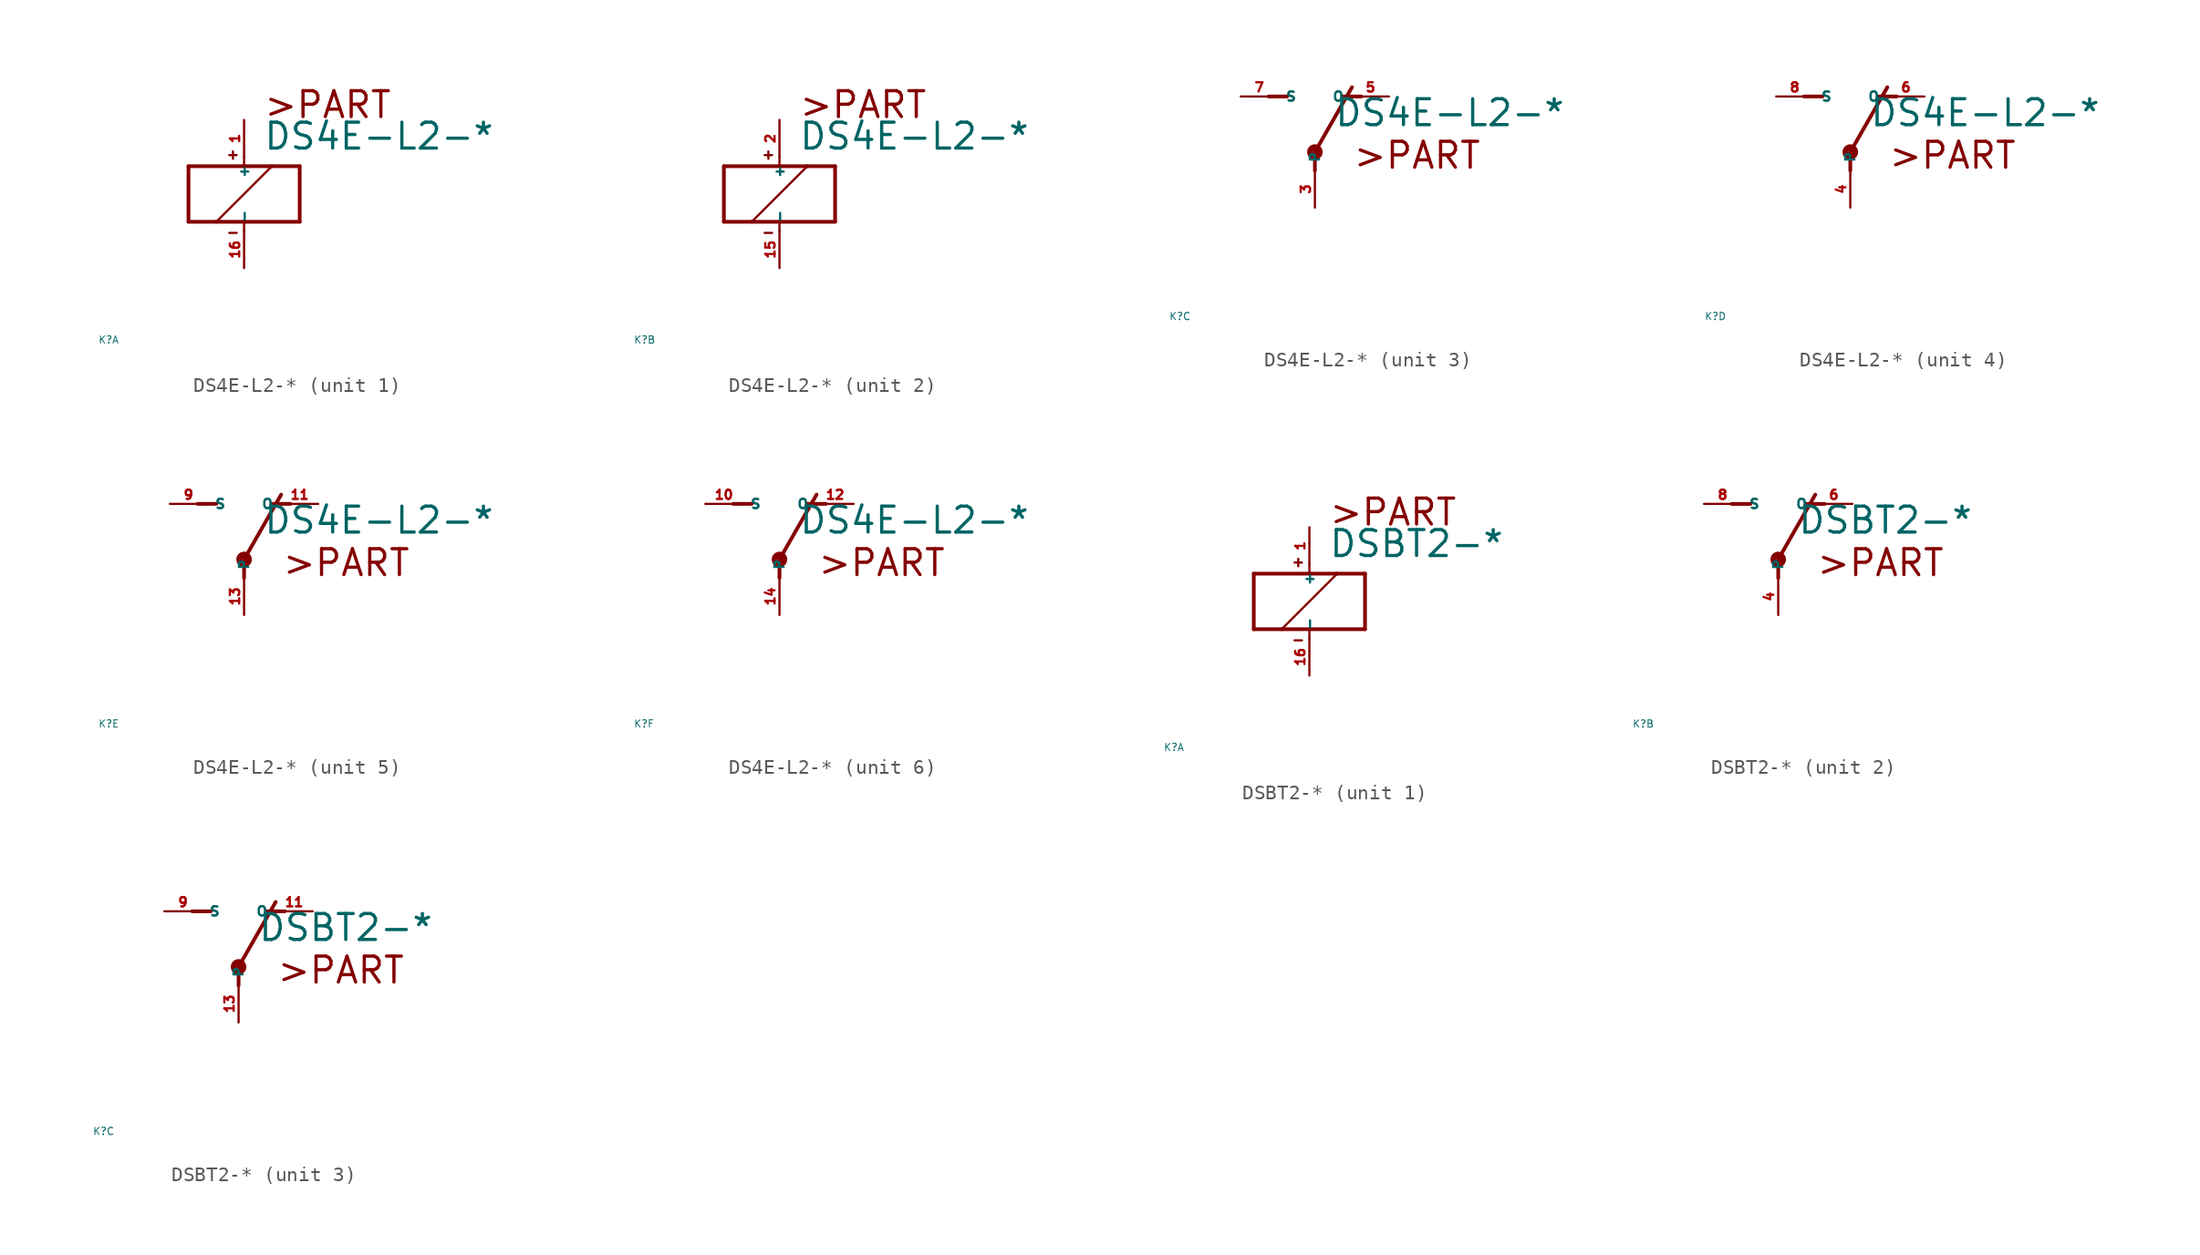
<source format=kicad_sym>
(kicad_symbol_lib
  (version 20220914)
  (generator Eagle2Kicad)
  (symbol "DS4E-L2-*"
    (property "Reference" "K"
      (at -10 -10 0)
      (effects (font (size 0.5 0.5) (thickness 0.06)) (justify left)))
    (property "Value" "DS4E-L2-*"
      (at 1.27 2.921 0)
      (effects (font (size 1.778 1.778) (thickness 0.22)) (justify left bottom)))
    (symbol "DS4E-L2-*_1_0"
      (polyline (pts (xy -3.81 -1.905) (xy -1.905 -1.905)) (stroke (width 0.254) (type default)) (fill (type none)))
      (polyline (pts (xy 3.81 -1.905) (xy 3.81 1.905)) (stroke (width 0.254) (type default)) (fill (type none)))
      (polyline (pts (xy 3.81 1.905) (xy 1.905 1.905)) (stroke (width 0.254) (type default)) (fill (type none)))
      (polyline (pts (xy -3.81 1.905) (xy -3.81 -1.905)) (stroke (width 0.254) (type default)) (fill (type none)))
      (polyline (pts (xy 0 -2.54) (xy 0 -1.905)) (stroke (width 0.152) (type default)) (fill (type none)))
      (polyline (pts (xy 0 -1.905) (xy 3.81 -1.905)) (stroke (width 0.254) (type default)) (fill (type none)))
      (polyline (pts (xy 0 2.54) (xy 0 1.905)) (stroke (width 0.152) (type default)) (fill (type none)))
      (polyline (pts (xy 0 1.905) (xy -3.81 1.905)) (stroke (width 0.254) (type default)) (fill (type none)))
      (polyline (pts (xy -1.905 -1.905) (xy 1.905 1.905)) (stroke (width 0.152) (type default)) (fill (type none)))
      (polyline (pts (xy -1.905 -1.905) (xy 0 -1.905)) (stroke (width 0.254) (type default)) (fill (type none)))
      (polyline (pts (xy 1.905 1.905) (xy 0 1.905)) (stroke (width 0.254) (type default)) (fill (type none)))
      (polyline (pts (xy -1.016 2.667) (xy -0.508 2.667)) (stroke (width 0.152) (type default)) (fill (type none)))
      (polyline (pts (xy -0.762 2.921) (xy -0.762 2.413)) (stroke (width 0.152) (type default)) (fill (type none)))
      (polyline (pts (xy -1.016 -2.667) (xy -0.508 -2.667)) (stroke (width 0.152) (type default)) (fill (type none)))
      (text ">PART" (at 1.27 5.08 0) (effects (font (size 1.778 1.778) (thickness 0.22)) (justify left bottom)))
      (pin passive line (at 0 -5.08 90) (length 2.54) (name "-" (effects (font (size 0.635 0.635) (thickness 0.08)) (justify left bottom))) (number "16" (effects (font (size 0.635 0.635) (thickness 0.08)) (justify left bottom))))
      (pin passive line (at 0 5.08 270) (length 2.54) (name "+" (effects (font (size 0.635 0.635) (thickness 0.08)) (justify left bottom))) (number "1" (effects (font (size 0.635 0.635) (thickness 0.08)) (justify left bottom)))))
    (symbol "DS4E-L2-*_2_0"
      (polyline (pts (xy -3.81 -1.905) (xy -1.905 -1.905)) (stroke (width 0.254) (type default)) (fill (type none)))
      (polyline (pts (xy 3.81 -1.905) (xy 3.81 1.905)) (stroke (width 0.254) (type default)) (fill (type none)))
      (polyline (pts (xy 3.81 1.905) (xy 1.905 1.905)) (stroke (width 0.254) (type default)) (fill (type none)))
      (polyline (pts (xy -3.81 1.905) (xy -3.81 -1.905)) (stroke (width 0.254) (type default)) (fill (type none)))
      (polyline (pts (xy 0 -2.54) (xy 0 -1.905)) (stroke (width 0.152) (type default)) (fill (type none)))
      (polyline (pts (xy 0 -1.905) (xy 3.81 -1.905)) (stroke (width 0.254) (type default)) (fill (type none)))
      (polyline (pts (xy 0 2.54) (xy 0 1.905)) (stroke (width 0.152) (type default)) (fill (type none)))
      (polyline (pts (xy 0 1.905) (xy -3.81 1.905)) (stroke (width 0.254) (type default)) (fill (type none)))
      (polyline (pts (xy -1.905 -1.905) (xy 1.905 1.905)) (stroke (width 0.152) (type default)) (fill (type none)))
      (polyline (pts (xy -1.905 -1.905) (xy 0 -1.905)) (stroke (width 0.254) (type default)) (fill (type none)))
      (polyline (pts (xy 1.905 1.905) (xy 0 1.905)) (stroke (width 0.254) (type default)) (fill (type none)))
      (polyline (pts (xy -1.016 2.667) (xy -0.508 2.667)) (stroke (width 0.152) (type default)) (fill (type none)))
      (polyline (pts (xy -0.762 2.921) (xy -0.762 2.413)) (stroke (width 0.152) (type default)) (fill (type none)))
      (polyline (pts (xy -1.016 -2.667) (xy -0.508 -2.667)) (stroke (width 0.152) (type default)) (fill (type none)))
      (text ">PART" (at 1.27 5.08 0) (effects (font (size 1.778 1.778) (thickness 0.22)) (justify left bottom)))
      (pin passive line (at 0 -5.08 90) (length 2.54) (name "-" (effects (font (size 0.635 0.635) (thickness 0.08)) (justify left bottom))) (number "15" (effects (font (size 0.635 0.635) (thickness 0.08)) (justify left bottom))))
      (pin passive line (at 0 5.08 270) (length 2.54) (name "+" (effects (font (size 0.635 0.635) (thickness 0.08)) (justify left bottom))) (number "2" (effects (font (size 0.635 0.635) (thickness 0.08)) (justify left bottom)))))
    (symbol "DS4E-L2-*_3_0"
      (polyline (pts (xy 3.175 5.08) (xy 1.905 5.08)) (stroke (width 0.254) (type default)) (fill (type none)))
      (polyline (pts (xy -3.175 5.08) (xy -1.905 5.08)) (stroke (width 0.254) (type default)) (fill (type none)))
      (polyline (pts (xy 0 1.27) (xy 2.54 5.715)) (stroke (width 0.254) (type default)) (fill (type none)))
      (polyline (pts (xy 0 1.27) (xy 0 0)) (stroke (width 0.254) (type default)) (fill (type none)))
      (text ">PART" (at 2.54 0 0) (effects (font (size 1.778 1.778) (thickness 0.22)) (justify left bottom)))
      (circle (center 0 1.27) (radius 0.127) (stroke (width 0.406) (type default)) (fill (type none)))
      (pin passive line (at 5.08 5.08 180) (length 2.54) (name "O" (effects (font (size 0.635 0.635) (thickness 0.08)) (justify left bottom))) (number "5" (effects (font (size 0.635 0.635) (thickness 0.08)) (justify left bottom))))
      (pin passive line (at -5.08 5.08 0) (length 2.54) (name "S" (effects (font (size 0.635 0.635) (thickness 0.08)) (justify left bottom))) (number "7" (effects (font (size 0.635 0.635) (thickness 0.08)) (justify left bottom))))
      (pin passive line (at 0 -2.54 90) (length 2.54) (name "P" (effects (font (size 0.635 0.635) (thickness 0.08)) (justify left bottom))) (number "3" (effects (font (size 0.635 0.635) (thickness 0.08)) (justify left bottom)))))
    (symbol "DS4E-L2-*_4_0"
      (polyline (pts (xy 3.175 5.08) (xy 1.905 5.08)) (stroke (width 0.254) (type default)) (fill (type none)))
      (polyline (pts (xy -3.175 5.08) (xy -1.905 5.08)) (stroke (width 0.254) (type default)) (fill (type none)))
      (polyline (pts (xy 0 1.27) (xy 2.54 5.715)) (stroke (width 0.254) (type default)) (fill (type none)))
      (polyline (pts (xy 0 1.27) (xy 0 0)) (stroke (width 0.254) (type default)) (fill (type none)))
      (text ">PART" (at 2.54 0 0) (effects (font (size 1.778 1.778) (thickness 0.22)) (justify left bottom)))
      (circle (center 0 1.27) (radius 0.127) (stroke (width 0.406) (type default)) (fill (type none)))
      (pin passive line (at 5.08 5.08 180) (length 2.54) (name "O" (effects (font (size 0.635 0.635) (thickness 0.08)) (justify left bottom))) (number "6" (effects (font (size 0.635 0.635) (thickness 0.08)) (justify left bottom))))
      (pin passive line (at -5.08 5.08 0) (length 2.54) (name "S" (effects (font (size 0.635 0.635) (thickness 0.08)) (justify left bottom))) (number "8" (effects (font (size 0.635 0.635) (thickness 0.08)) (justify left bottom))))
      (pin passive line (at 0 -2.54 90) (length 2.54) (name "P" (effects (font (size 0.635 0.635) (thickness 0.08)) (justify left bottom))) (number "4" (effects (font (size 0.635 0.635) (thickness 0.08)) (justify left bottom)))))
    (symbol "DS4E-L2-*_5_0"
      (polyline (pts (xy 3.175 5.08) (xy 1.905 5.08)) (stroke (width 0.254) (type default)) (fill (type none)))
      (polyline (pts (xy -3.175 5.08) (xy -1.905 5.08)) (stroke (width 0.254) (type default)) (fill (type none)))
      (polyline (pts (xy 0 1.27) (xy 2.54 5.715)) (stroke (width 0.254) (type default)) (fill (type none)))
      (polyline (pts (xy 0 1.27) (xy 0 0)) (stroke (width 0.254) (type default)) (fill (type none)))
      (text ">PART" (at 2.54 0 0) (effects (font (size 1.778 1.778) (thickness 0.22)) (justify left bottom)))
      (circle (center 0 1.27) (radius 0.127) (stroke (width 0.406) (type default)) (fill (type none)))
      (pin passive line (at 5.08 5.08 180) (length 2.54) (name "O" (effects (font (size 0.635 0.635) (thickness 0.08)) (justify left bottom))) (number "11" (effects (font (size 0.635 0.635) (thickness 0.08)) (justify left bottom))))
      (pin passive line (at -5.08 5.08 0) (length 2.54) (name "S" (effects (font (size 0.635 0.635) (thickness 0.08)) (justify left bottom))) (number "9" (effects (font (size 0.635 0.635) (thickness 0.08)) (justify left bottom))))
      (pin passive line (at 0 -2.54 90) (length 2.54) (name "P" (effects (font (size 0.635 0.635) (thickness 0.08)) (justify left bottom))) (number "13" (effects (font (size 0.635 0.635) (thickness 0.08)) (justify left bottom)))))
    (symbol "DS4E-L2-*_6_0"
      (polyline (pts (xy 3.175 5.08) (xy 1.905 5.08)) (stroke (width 0.254) (type default)) (fill (type none)))
      (polyline (pts (xy -3.175 5.08) (xy -1.905 5.08)) (stroke (width 0.254) (type default)) (fill (type none)))
      (polyline (pts (xy 0 1.27) (xy 2.54 5.715)) (stroke (width 0.254) (type default)) (fill (type none)))
      (polyline (pts (xy 0 1.27) (xy 0 0)) (stroke (width 0.254) (type default)) (fill (type none)))
      (text ">PART" (at 2.54 0 0) (effects (font (size 1.778 1.778) (thickness 0.22)) (justify left bottom)))
      (circle (center 0 1.27) (radius 0.127) (stroke (width 0.406) (type default)) (fill (type none)))
      (pin passive line (at 5.08 5.08 180) (length 2.54) (name "O" (effects (font (size 0.635 0.635) (thickness 0.08)) (justify left bottom))) (number "12" (effects (font (size 0.635 0.635) (thickness 0.08)) (justify left bottom))))
      (pin passive line (at -5.08 5.08 0) (length 2.54) (name "S" (effects (font (size 0.635 0.635) (thickness 0.08)) (justify left bottom))) (number "10" (effects (font (size 0.635 0.635) (thickness 0.08)) (justify left bottom))))
      (pin passive line (at 0 -2.54 90) (length 2.54) (name "P" (effects (font (size 0.635 0.635) (thickness 0.08)) (justify left bottom))) (number "14" (effects (font (size 0.635 0.635) (thickness 0.08)) (justify left bottom))))))
  (symbol "DSBT2-*"
    (property "Reference" "K"
      (at -10 -10 0)
      (effects (font (size 0.5 0.5) (thickness 0.06)) (justify left)))
    (property "Value" "DSBT2-*"
      (at 1.27 2.921 0)
      (effects (font (size 1.778 1.778) (thickness 0.22)) (justify left bottom)))
    (symbol "DSBT2-*_1_0"
      (polyline (pts (xy -3.81 -1.905) (xy -1.905 -1.905)) (stroke (width 0.254) (type default)) (fill (type none)))
      (polyline (pts (xy 3.81 -1.905) (xy 3.81 1.905)) (stroke (width 0.254) (type default)) (fill (type none)))
      (polyline (pts (xy 3.81 1.905) (xy 1.905 1.905)) (stroke (width 0.254) (type default)) (fill (type none)))
      (polyline (pts (xy -3.81 1.905) (xy -3.81 -1.905)) (stroke (width 0.254) (type default)) (fill (type none)))
      (polyline (pts (xy 0 -2.54) (xy 0 -1.905)) (stroke (width 0.152) (type default)) (fill (type none)))
      (polyline (pts (xy 0 -1.905) (xy 3.81 -1.905)) (stroke (width 0.254) (type default)) (fill (type none)))
      (polyline (pts (xy 0 2.54) (xy 0 1.905)) (stroke (width 0.152) (type default)) (fill (type none)))
      (polyline (pts (xy 0 1.905) (xy -3.81 1.905)) (stroke (width 0.254) (type default)) (fill (type none)))
      (polyline (pts (xy -1.905 -1.905) (xy 1.905 1.905)) (stroke (width 0.152) (type default)) (fill (type none)))
      (polyline (pts (xy -1.905 -1.905) (xy 0 -1.905)) (stroke (width 0.254) (type default)) (fill (type none)))
      (polyline (pts (xy 1.905 1.905) (xy 0 1.905)) (stroke (width 0.254) (type default)) (fill (type none)))
      (polyline (pts (xy -1.016 2.667) (xy -0.508 2.667)) (stroke (width 0.152) (type default)) (fill (type none)))
      (polyline (pts (xy -0.762 2.921) (xy -0.762 2.413)) (stroke (width 0.152) (type default)) (fill (type none)))
      (polyline (pts (xy -1.016 -2.667) (xy -0.508 -2.667)) (stroke (width 0.152) (type default)) (fill (type none)))
      (text ">PART" (at 1.27 5.08 0) (effects (font (size 1.778 1.778) (thickness 0.22)) (justify left bottom)))
      (pin passive line (at 0 -5.08 90) (length 2.54) (name "-" (effects (font (size 0.635 0.635) (thickness 0.08)) (justify left bottom))) (number "16" (effects (font (size 0.635 0.635) (thickness 0.08)) (justify left bottom))))
      (pin passive line (at 0 5.08 270) (length 2.54) (name "+" (effects (font (size 0.635 0.635) (thickness 0.08)) (justify left bottom))) (number "1" (effects (font (size 0.635 0.635) (thickness 0.08)) (justify left bottom)))))
    (symbol "DSBT2-*_2_0"
      (polyline (pts (xy 3.175 5.08) (xy 1.905 5.08)) (stroke (width 0.254) (type default)) (fill (type none)))
      (polyline (pts (xy -3.175 5.08) (xy -1.905 5.08)) (stroke (width 0.254) (type default)) (fill (type none)))
      (polyline (pts (xy 0 1.27) (xy 2.54 5.715)) (stroke (width 0.254) (type default)) (fill (type none)))
      (polyline (pts (xy 0 1.27) (xy 0 0)) (stroke (width 0.254) (type default)) (fill (type none)))
      (text ">PART" (at 2.54 0 0) (effects (font (size 1.778 1.778) (thickness 0.22)) (justify left bottom)))
      (circle (center 0 1.27) (radius 0.127) (stroke (width 0.406) (type default)) (fill (type none)))
      (pin passive line (at 5.08 5.08 180) (length 2.54) (name "O" (effects (font (size 0.635 0.635) (thickness 0.08)) (justify left bottom))) (number "6" (effects (font (size 0.635 0.635) (thickness 0.08)) (justify left bottom))))
      (pin passive line (at -5.08 5.08 0) (length 2.54) (name "S" (effects (font (size 0.635 0.635) (thickness 0.08)) (justify left bottom))) (number "8" (effects (font (size 0.635 0.635) (thickness 0.08)) (justify left bottom))))
      (pin passive line (at 0 -2.54 90) (length 2.54) (name "P" (effects (font (size 0.635 0.635) (thickness 0.08)) (justify left bottom))) (number "4" (effects (font (size 0.635 0.635) (thickness 0.08)) (justify left bottom)))))
    (symbol "DSBT2-*_3_0"
      (polyline (pts (xy 3.175 5.08) (xy 1.905 5.08)) (stroke (width 0.254) (type default)) (fill (type none)))
      (polyline (pts (xy -3.175 5.08) (xy -1.905 5.08)) (stroke (width 0.254) (type default)) (fill (type none)))
      (polyline (pts (xy 0 1.27) (xy 2.54 5.715)) (stroke (width 0.254) (type default)) (fill (type none)))
      (polyline (pts (xy 0 1.27) (xy 0 0)) (stroke (width 0.254) (type default)) (fill (type none)))
      (text ">PART" (at 2.54 0 0) (effects (font (size 1.778 1.778) (thickness 0.22)) (justify left bottom)))
      (circle (center 0 1.27) (radius 0.127) (stroke (width 0.406) (type default)) (fill (type none)))
      (pin passive line (at 5.08 5.08 180) (length 2.54) (name "O" (effects (font (size 0.635 0.635) (thickness 0.08)) (justify left bottom))) (number "11" (effects (font (size 0.635 0.635) (thickness 0.08)) (justify left bottom))))
      (pin passive line (at -5.08 5.08 0) (length 2.54) (name "S" (effects (font (size 0.635 0.635) (thickness 0.08)) (justify left bottom))) (number "9" (effects (font (size 0.635 0.635) (thickness 0.08)) (justify left bottom))))
      (pin passive line (at 0 -2.54 90) (length 2.54) (name "P" (effects (font (size 0.635 0.635) (thickness 0.08)) (justify left bottom))) (number "13" (effects (font (size 0.635 0.635) (thickness 0.08)) (justify left bottom)))))))
</source>
